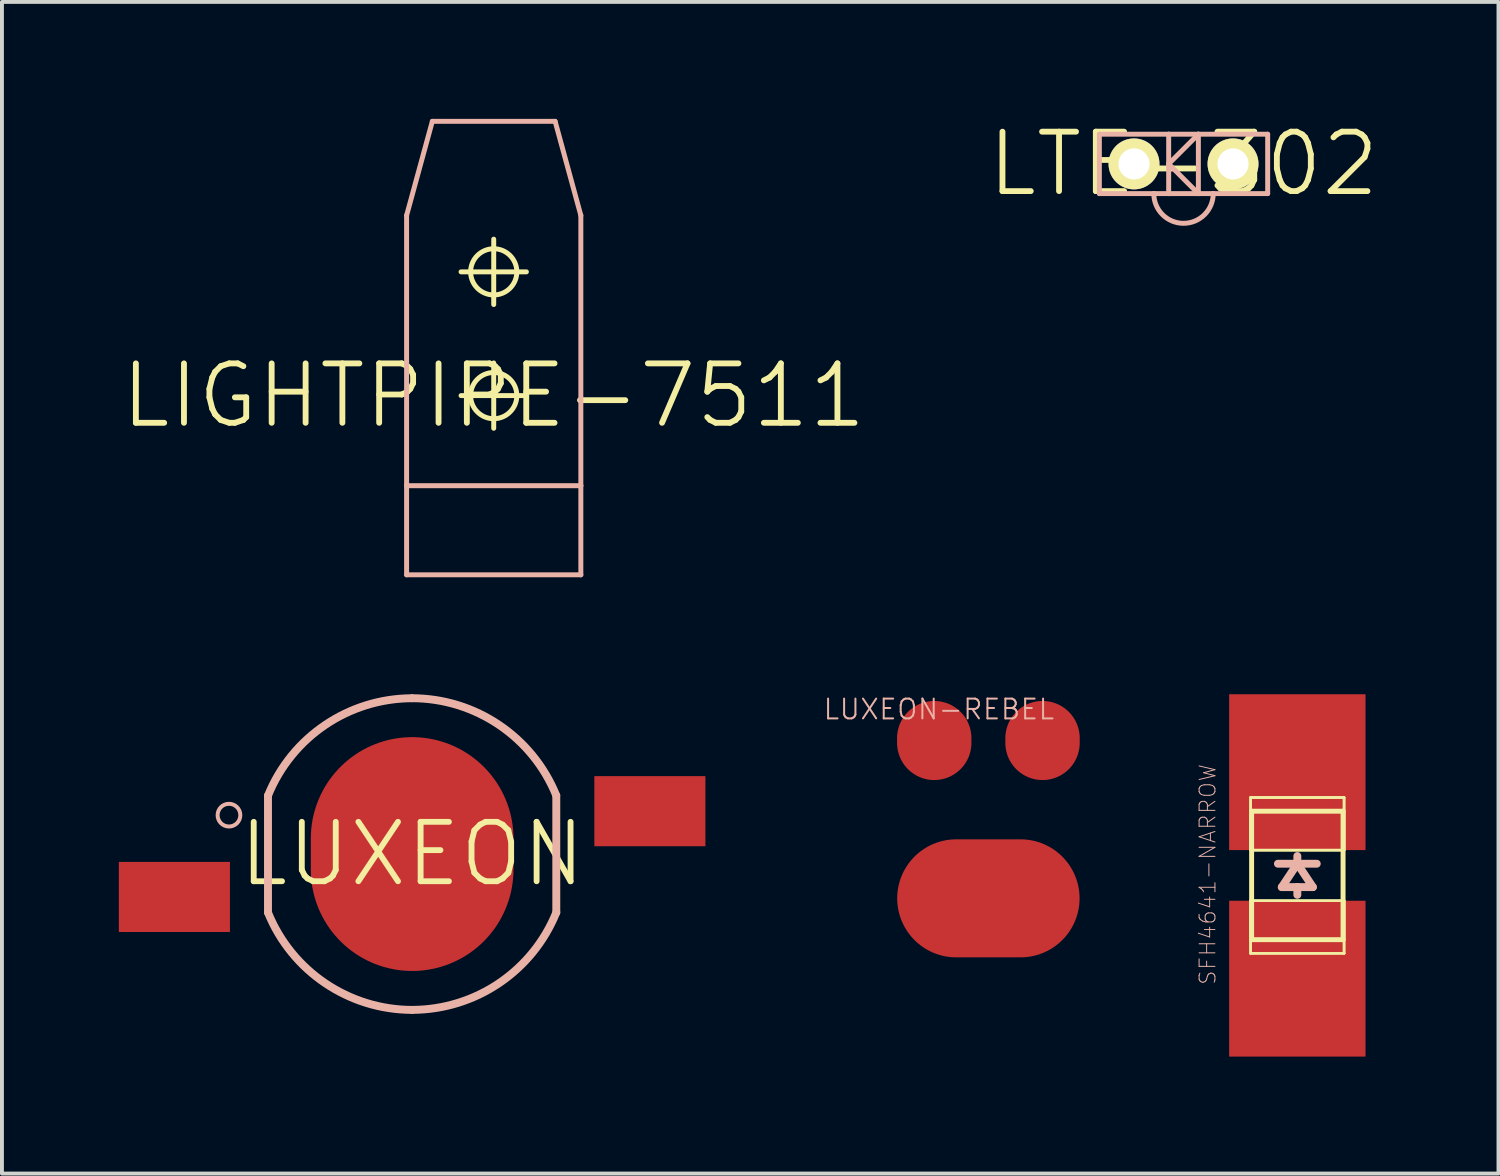
<source format=kicad_pcb>
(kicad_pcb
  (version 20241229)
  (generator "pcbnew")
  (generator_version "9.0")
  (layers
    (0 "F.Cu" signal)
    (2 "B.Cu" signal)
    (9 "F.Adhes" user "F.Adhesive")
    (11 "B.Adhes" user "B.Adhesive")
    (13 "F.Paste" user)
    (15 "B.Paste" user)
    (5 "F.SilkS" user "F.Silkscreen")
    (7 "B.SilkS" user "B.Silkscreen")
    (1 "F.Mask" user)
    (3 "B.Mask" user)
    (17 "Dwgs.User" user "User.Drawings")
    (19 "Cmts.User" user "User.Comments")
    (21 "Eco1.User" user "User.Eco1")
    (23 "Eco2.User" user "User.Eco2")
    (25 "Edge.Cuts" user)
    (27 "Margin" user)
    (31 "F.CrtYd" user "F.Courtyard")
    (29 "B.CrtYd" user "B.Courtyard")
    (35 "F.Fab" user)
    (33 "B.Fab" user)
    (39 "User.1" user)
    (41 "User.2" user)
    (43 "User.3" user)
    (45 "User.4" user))
  (footprint "LIGHTPIPE-7511"
    (layer "F.Cu")
    (at 9.616 7.099)
    (property "Reference" "LIGHTPIPE-7511" (at 0 0 0) (layer "F.SilkS") (effects (font (size 1.524 1.524) (thickness 0.15))))
    (attr exclude_from_pos_files exclude_from_bom)
    (fp_line (start -0.838 -3.175) (end 0.838 -3.175) (stroke (width 0.127) (type solid)) (layer "F.SilkS"))
    (fp_line (start -0.838 0) (end 0.838 0) (stroke (width 0.127) (type solid)) (layer "F.SilkS"))
    (fp_line (start 0 -2.337) (end 0 -4.013) (stroke (width 0.127) (type solid)) (layer "F.SilkS"))
    (fp_line (start 0 0.838) (end 0 -0.838) (stroke (width 0.127) (type solid)) (layer "F.SilkS"))
    (fp_circle (center 0 -3.175) (end -0.419 -3.594) (stroke (width 0.127) (type solid)) (fill no) (layer "F.SilkS"))
    (fp_circle (center 0 0) (end -0.419 0.419) (stroke (width 0.127) (type solid)) (fill no) (layer "F.SilkS"))
    (fp_line (start -2.235 2.311) (end -2.235 -4.623) (stroke (width 0.127) (type solid)) (layer "B.SilkS"))
    (fp_line (start -2.235 2.311) (end 2.235 2.311) (stroke (width 0.127) (type solid)) (layer "B.SilkS"))
    (fp_line (start -2.235 4.597) (end -2.235 2.311) (stroke (width 0.127) (type solid)) (layer "B.SilkS"))
    (fp_line (start -2.235 4.597) (end 2.235 4.597) (stroke (width 0.127) (type solid)) (layer "B.SilkS"))
    (fp_line (start -1.575 -7.036) (end -2.235 -4.623) (stroke (width 0.127) (type solid)) (layer "B.SilkS"))
    (fp_line (start -1.575 -7.036) (end 1.575 -7.036) (stroke (width 0.127) (type solid)) (layer "B.SilkS"))
    (fp_line (start 1.575 -7.036) (end 2.235 -4.623) (stroke (width 0.127) (type solid)) (layer "B.SilkS"))
    (fp_line (start 2.235 -4.623) (end 2.235 2.311) (stroke (width 0.127) (type solid)) (layer "B.SilkS"))
    (fp_line (start 2.235 2.311) (end 2.235 4.597) (stroke (width 0.127) (type solid)) (layer "B.SilkS")))
  (footprint "LUXEON-REBEL"
    (layer "F.Cu")
    (at 22.306 18.576)
    (property "Reference" "LUXEON-REBEL" (at -1.27 -3.429 0) (layer "B.SilkS") (effects (font (size 0.508 0.508) (thickness 0.051))))
    (attr smd)
    (pad "ANOD" smd oval (at -1.389 -2.629) (size 1.908 2.029) (layers "F.Cu" "F.Mask" "F.Paste"))
    (pad "CATH" smd oval (at 1.389 -2.629) (size 1.908 2.029) (layers "F.Cu" "F.Mask" "F.Paste"))
    (pad "P$3" smd oval (at 0 1.42) (size 4.679 3.028) (layers "F.Cu" "F.Mask" "F.Paste")))
  (footprint "LUXEON"
    (layer "F.Cu")
    (at 7.523 18.86)
    (property "Reference" "LUXEON" (at 0 0 0) (layer "F.SilkS") (effects (font (size 1.524 1.524) (thickness 0.15))))
    (attr smd)
    (fp_line (start -3.698 -1.499) (end -3.698 1.499) (stroke (width 0.203) (type solid)) (layer "B.SilkS"))
    (fp_line (start 3.698 -1.499) (end 3.698 1.499) (stroke (width 0.203) (type solid)) (layer "B.SilkS"))
    (fp_arc (start -3.69824 -1.4986) (mid -2.232452 -3.310782) (end -0.005095 -3.997379) (stroke (width 0.2032) (type solid)) (layer "B.SilkS"))
    (fp_arc (start 0 -3.99796) (mid 2.228547 -3.314106) (end 3.696853 -1.503537) (stroke (width 0.2032) (type solid)) (layer "B.SilkS"))
    (fp_arc (start 0 3.99796) (mid -2.228547 3.314106) (end -3.696853 1.503537) (stroke (width 0.2032) (type solid)) (layer "B.SilkS"))
    (fp_arc (start 3.69824 1.4986) (mid 2.232452 3.310782) (end 0.005095 3.997379) (stroke (width 0.2032) (type solid)) (layer "B.SilkS"))
    (fp_circle (center -4.699 -0.998) (end -4.905 -1.204) (stroke (width 0.102) (type solid)) (fill no) (layer "B.SilkS"))
    (pad "A" smd rect (at -6.099 1.1) (size 2.85 1.798) (layers "F.Cu" "F.Mask" "F.Paste"))
    (pad "C" smd rect (at 6.099 -1.1) (size 2.85 1.798) (layers "F.Cu" "F.Mask" "F.Paste"))
    (pad "S" smd oval (at 0 0) (size 5.199 5.999) (layers "F.Cu" "F.Mask" "F.Paste")))
  (footprint "SFH4641-NARROW"
    (layer "F.Cu")
    (at 30.232 19.408)
    (property "Reference" "SFH4641-NARROW" (at -2.301 -0.025 90) (layer "B.SilkS") (effects (font (size 0.406 0.406) (thickness 0.025))))
    (attr smd)
    (fp_line (start -1.199 -1.999) (end 1.199 -1.999) (stroke (width 0.066) (type solid)) (layer "F.SilkS"))
    (fp_line (start -1.199 -1.999) (end 1.199 -1.999) (stroke (width 0.066) (type solid)) (layer "F.SilkS"))
    (fp_line (start -1.199 -0.648) (end -1.199 -1.999) (stroke (width 0.066) (type solid)) (layer "F.SilkS"))
    (fp_line (start -1.199 -0.648) (end -1.199 -1.999) (stroke (width 0.066) (type solid)) (layer "F.SilkS"))
    (fp_line (start -1.199 -0.648) (end 1.199 -0.648) (stroke (width 0.066) (type solid)) (layer "F.SilkS"))
    (fp_line (start -1.199 -0.648) (end 1.199 -0.648) (stroke (width 0.066) (type solid)) (layer "F.SilkS"))
    (fp_line (start -1.199 0.648) (end 1.199 0.648) (stroke (width 0.066) (type solid)) (layer "F.SilkS"))
    (fp_line (start -1.199 0.648) (end 1.199 0.648) (stroke (width 0.066) (type solid)) (layer "F.SilkS"))
    (fp_line (start -1.199 1.999) (end -1.199 0.648) (stroke (width 0.066) (type solid)) (layer "F.SilkS"))
    (fp_line (start -1.199 1.999) (end -1.199 0.648) (stroke (width 0.066) (type solid)) (layer "F.SilkS"))
    (fp_line (start -1.199 1.999) (end 1.199 1.999) (stroke (width 0.066) (type solid)) (layer "F.SilkS"))
    (fp_line (start -1.199 1.999) (end 1.199 1.999) (stroke (width 0.066) (type solid)) (layer "F.SilkS"))
    (fp_line (start -1.173 -1.648) (end -1.173 1.648) (stroke (width 0.127) (type solid)) (layer "F.SilkS"))
    (fp_line (start -1.173 1.648) (end 1.173 1.648) (stroke (width 0.127) (type solid)) (layer "F.SilkS"))
    (fp_line (start -0.498 -0.3) (end 0 -0.3) (stroke (width 0.127) (type solid)) (layer "F.SilkS"))
    (fp_line (start -0.399 0.3) (end 0 0.3) (stroke (width 0.127) (type solid)) (layer "F.SilkS"))
    (fp_line (start 0 -0.498) (end 0 -0.3) (stroke (width 0.127) (type solid)) (layer "F.SilkS"))
    (fp_line (start 0 -0.3) (end -0.399 0.3) (stroke (width 0.127) (type solid)) (layer "F.SilkS"))
    (fp_line (start 0 -0.3) (end 0.498 -0.3) (stroke (width 0.127) (type solid)) (layer "F.SilkS"))
    (fp_line (start 0 0.3) (end 0 0.498) (stroke (width 0.127) (type solid)) (layer "F.SilkS"))
    (fp_line (start 0 0.3) (end 0.399 0.3) (stroke (width 0.127) (type solid)) (layer "F.SilkS"))
    (fp_line (start 0.399 0.3) (end 0 -0.3) (stroke (width 0.127) (type solid)) (layer "F.SilkS"))
    (fp_line (start 1.173 -1.648) (end -1.173 -1.648) (stroke (width 0.127) (type solid)) (layer "F.SilkS"))
    (fp_line (start 1.173 1.648) (end 1.173 -1.648) (stroke (width 0.127) (type solid)) (layer "F.SilkS"))
    (fp_line (start 1.199 -0.648) (end 1.199 -1.999) (stroke (width 0.066) (type solid)) (layer "F.SilkS"))
    (fp_line (start 1.199 -0.648) (end 1.199 -1.999) (stroke (width 0.066) (type solid)) (layer "F.SilkS"))
    (fp_line (start 1.199 1.999) (end 1.199 0.648) (stroke (width 0.066) (type solid)) (layer "F.SilkS"))
    (fp_line (start 1.199 1.999) (end 1.199 0.648) (stroke (width 0.066) (type solid)) (layer "F.SilkS"))
    (fp_line (start -0.498 -0.3) (end 0 -0.3) (stroke (width 0.203) (type solid)) (layer "B.SilkS"))
    (fp_line (start -0.399 0.3) (end 0 0.3) (stroke (width 0.203) (type solid)) (layer "B.SilkS"))
    (fp_line (start 0 -0.3) (end -0.399 0.3) (stroke (width 0.203) (type solid)) (layer "B.SilkS"))
    (fp_line (start 0 -0.3) (end 0 -0.498) (stroke (width 0.203) (type solid)) (layer "B.SilkS"))
    (fp_line (start 0 -0.3) (end 0.399 0.3) (stroke (width 0.203) (type solid)) (layer "B.SilkS"))
    (fp_line (start 0 -0.3) (end 0.498 -0.3) (stroke (width 0.203) (type solid)) (layer "B.SilkS"))
    (fp_line (start 0 0.3) (end 0.399 0.3) (stroke (width 0.203) (type solid)) (layer "B.SilkS"))
    (fp_line (start 0 0.498) (end 0 0.3) (stroke (width 0.203) (type solid)) (layer "B.SilkS"))
    (pad "A" smd rect (at 0 2.649 180) (size 3.498 3.998) (layers "F.Cu" "F.Mask" "F.Paste"))
    (pad "C" smd rect (at 0 -2.649) (size 3.498 3.998) (layers "F.Cu" "F.Mask" "F.Paste")))
  (footprint "LTE-302"
    (layer "F.Cu")
    (at 27.312 1.155)
    (property "Reference" "LTE-302" (at 0 0 0) (layer "F.SilkS") (effects (font (size 1.524 1.524) (thickness 0.15))))
    (attr exclude_from_pos_files exclude_from_bom)
    (fp_line (start -2.159 -0.762) (end -0.381 -0.762) (stroke (width 0.127) (type solid)) (layer "B.SilkS"))
    (fp_line (start -2.159 0.762) (end -2.159 -0.762) (stroke (width 0.127) (type solid)) (layer "B.SilkS"))
    (fp_line (start -0.762 0.762) (end -2.159 0.762) (stroke (width 0.127) (type solid)) (layer "B.SilkS"))
    (fp_line (start -0.381 -0.762) (end 0.381 -0.762) (stroke (width 0.127) (type solid)) (layer "B.SilkS"))
    (fp_line (start -0.381 0) (end -0.381 -0.762) (stroke (width 0.127) (type solid)) (layer "B.SilkS"))
    (fp_line (start -0.381 0) (end -0.381 0.762) (stroke (width 0.127) (type solid)) (layer "B.SilkS"))
    (fp_line (start -0.381 0) (end 0.381 -0.762) (stroke (width 0.127) (type solid)) (layer "B.SilkS"))
    (fp_line (start -0.381 0.762) (end -0.762 0.762) (stroke (width 0.127) (type solid)) (layer "B.SilkS"))
    (fp_line (start 0.381 -0.762) (end 0.381 0.762) (stroke (width 0.127) (type solid)) (layer "B.SilkS"))
    (fp_line (start 0.381 -0.762) (end 2.159 -0.762) (stroke (width 0.127) (type solid)) (layer "B.SilkS"))
    (fp_line (start 0.381 0.762) (end -0.381 0) (stroke (width 0.127) (type solid)) (layer "B.SilkS"))
    (fp_line (start 0.381 0.762) (end -0.381 0.762) (stroke (width 0.127) (type solid)) (layer "B.SilkS"))
    (fp_line (start 0.762 0.762) (end 0.381 0.762) (stroke (width 0.127) (type solid)) (layer "B.SilkS"))
    (fp_line (start 2.159 -0.762) (end 2.159 0.762) (stroke (width 0.127) (type solid)) (layer "B.SilkS"))
    (fp_line (start 2.159 0.762) (end 0.762 0.762) (stroke (width 0.127) (type solid)) (layer "B.SilkS"))
    (fp_arc (start 0.762 0.762) (mid 0 1.524) (end -0.762 0.762) (stroke (width 0.127) (type solid)) (layer "B.SilkS"))
    (pad "A" thru_hole circle (at 1.27 0) (size 1.306 1.306) (drill 0.798) (layers "*.Cu" "F.Mask" "F.SilkS" "F.Paste"))
    (pad "C" thru_hole circle (at -1.27 0) (size 1.306 1.306) (drill 0.798) (layers "*.Cu" "F.Mask" "F.SilkS" "F.Paste")))
  (gr_rect
    (start -3 -3)
    (end 35.392 27.057)
    (stroke (width 0.1) (type default))
    (fill no)
    (layer "Edge.Cuts")))
</source>
